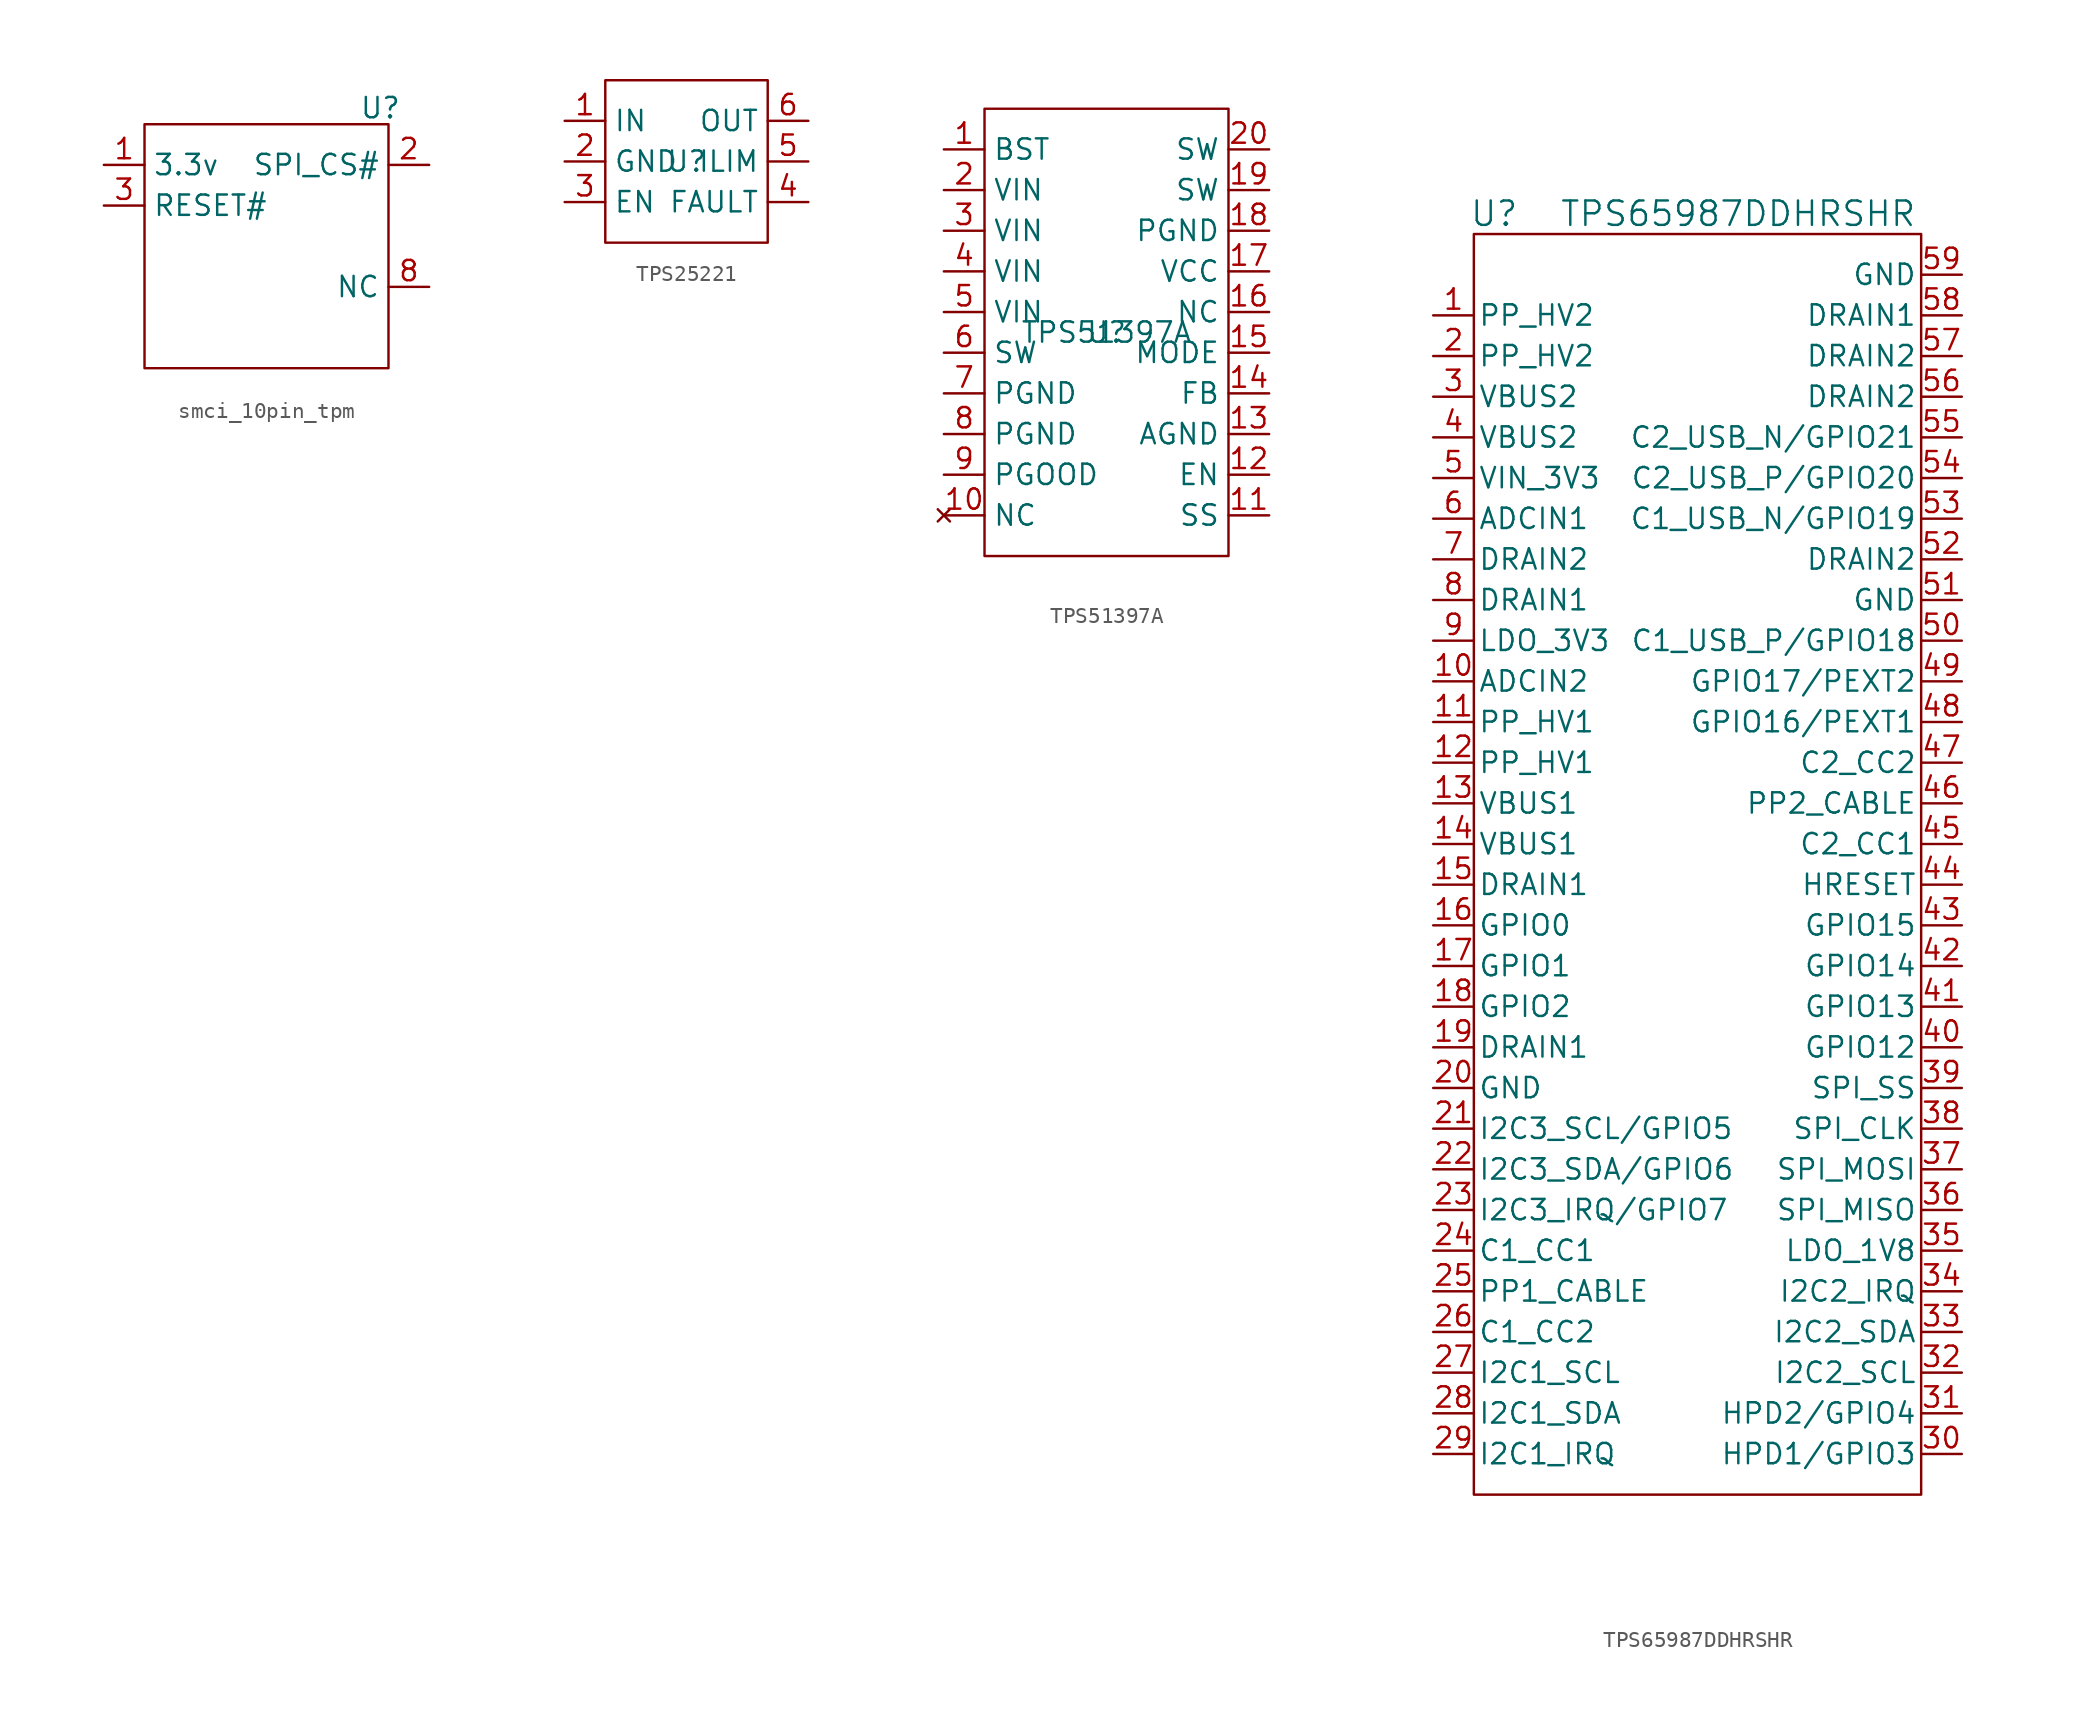
<source format=kicad_sym>
(kicad_symbol_lib
  (version 20231120)
  (generator "kicad_symbol_editor")
  (generator_version "8.0")
  (symbol "smci_10pin_tpm"
    (property "Reference" "U"
      (at 7.112 8.636 0)
      (effects (font (size 1.27 1.27))))
    (property "Value" ""
      (at 0 0 0)
      (effects (font (size 1.27 1.27))))
    (symbol "smci_10pin_tpm_0_1"
      (rectangle (start -7.62 7.62) (end 7.62 -7.62) (stroke (width 0) (type default)) (fill (type none))))
    (symbol "smci_10pin_tpm_1_1"
      (pin input line (at -10.16 5.08 0) (length 2.54) (name "3.3v" (effects (font (size 1.27 1.27)))) (number "1" (effects (font (size 1.27 1.27)))))
      (pin input line (at 10.16 5.08 180) (length 2.54) (name "SPI_CS#" (effects (font (size 1.27 1.27)))) (number "2" (effects (font (size 1.27 1.27)))))
      (pin input line (at -10.16 2.54 0) (length 2.54) (name "RESET#" (effects (font (size 1.27 1.27)))) (number "3" (effects (font (size 1.27 1.27)))))
      (pin input line (at 10.16 -2.54 180) (length 2.54) (name "NC" (effects (font (size 1.27 1.27)))) (number "8" (effects (font (size 1.27 1.27)))))))
  (symbol "TPS25221"
    (property "Reference" "U"
      (at 0 0 0)
      (effects (font (size 1.27 1.27))))
    (property "Value" ""
      (at 0 -2.54 0)
      (effects (font (size 1.27 1.27))))
    (symbol "TPS25221_0_1"
      (rectangle (start -5.08 5.08) (end 5.08 -5.08) (stroke (width 0) (type default)) (fill (type none))))
    (symbol "TPS25221_1_1"
      (pin input line (at -7.62 2.54 0) (length 2.54) (name "IN" (effects (font (size 1.27 1.27)))) (number "1" (effects (font (size 1.27 1.27)))))
      (pin input line (at -7.62 0 0) (length 2.54) (name "GND" (effects (font (size 1.27 1.27)))) (number "2" (effects (font (size 1.27 1.27)))))
      (pin input line (at -7.62 -2.54 0) (length 2.54) (name "EN" (effects (font (size 1.27 1.27)))) (number "3" (effects (font (size 1.27 1.27)))))
      (pin input line (at 7.62 -2.54 180) (length 2.54) (name "FAULT" (effects (font (size 1.27 1.27)))) (number "4" (effects (font (size 1.27 1.27)))))
      (pin input line (at 7.62 0 180) (length 2.54) (name "ILIM" (effects (font (size 1.27 1.27)))) (number "5" (effects (font (size 1.27 1.27)))))
      (pin input line (at 7.62 2.54 180) (length 2.54) (name "OUT" (effects (font (size 1.27 1.27)))) (number "6" (effects (font (size 1.27 1.27)))))))
  (symbol "TPS51397A"
    (property "Reference" "U"
      (at 0 0 0)
      (effects (font (size 1.27 1.27))))
    (property "Value" "TPS51397A"
      (at 0 0 0)
      (effects (font (size 1.27 1.27))))
    (symbol "TPS51397A_0_1"
      (rectangle (start -7.62 13.97) (end 7.62 -13.97) (stroke (width 0) (type default)) (fill (type none))))
    (symbol "TPS51397A_1_1"
      (pin input line (at -10.16 11.43 0) (length 2.54) (name "BST" (effects (font (size 1.27 1.27)))) (number "1" (effects (font (size 1.27 1.27)))))
      (pin no_connect line (at -10.16 -11.43 0) (length 2.54) (name "NC" (effects (font (size 1.27 1.27)))) (number "10" (effects (font (size 1.27 1.27)))))
      (pin input line (at 10.16 -11.43 180) (length 2.54) (name "SS" (effects (font (size 1.27 1.27)))) (number "11" (effects (font (size 1.27 1.27)))))
      (pin input line (at 10.16 -8.89 180) (length 2.54) (name "EN" (effects (font (size 1.27 1.27)))) (number "12" (effects (font (size 1.27 1.27)))))
      (pin input line (at 10.16 -6.35 180) (length 2.54) (name "AGND" (effects (font (size 1.27 1.27)))) (number "13" (effects (font (size 1.27 1.27)))))
      (pin input line (at 10.16 -3.81 180) (length 2.54) (name "FB" (effects (font (size 1.27 1.27)))) (number "14" (effects (font (size 1.27 1.27)))))
      (pin input line (at 10.16 -1.27 180) (length 2.54) (name "MODE" (effects (font (size 1.27 1.27)))) (number "15" (effects (font (size 1.27 1.27)))))
      (pin input line (at 10.16 1.27 180) (length 2.54) (name "NC" (effects (font (size 1.27 1.27)))) (number "16" (effects (font (size 1.27 1.27)))))
      (pin input line (at 10.16 3.81 180) (length 2.54) (name "VCC" (effects (font (size 1.27 1.27)))) (number "17" (effects (font (size 1.27 1.27)))))
      (pin input line (at 10.16 6.35 180) (length 2.54) (name "PGND" (effects (font (size 1.27 1.27)))) (number "18" (effects (font (size 1.27 1.27)))))
      (pin input line (at 10.16 8.89 180) (length 2.54) (name "SW" (effects (font (size 1.27 1.27)))) (number "19" (effects (font (size 1.27 1.27)))))
      (pin input line (at -10.16 8.89 0) (length 2.54) (name "VIN" (effects (font (size 1.27 1.27)))) (number "2" (effects (font (size 1.27 1.27)))))
      (pin input line (at 10.16 11.43 180) (length 2.54) (name "SW" (effects (font (size 1.27 1.27)))) (number "20" (effects (font (size 1.27 1.27)))))
      (pin input line (at -10.16 6.35 0) (length 2.54) (name "VIN" (effects (font (size 1.27 1.27)))) (number "3" (effects (font (size 1.27 1.27)))))
      (pin input line (at -10.16 3.81 0) (length 2.54) (name "VIN" (effects (font (size 1.27 1.27)))) (number "4" (effects (font (size 1.27 1.27)))))
      (pin input line (at -10.16 1.27 0) (length 2.54) (name "VIN" (effects (font (size 1.27 1.27)))) (number "5" (effects (font (size 1.27 1.27)))))
      (pin input line (at -10.16 -1.27 0) (length 2.54) (name "SW" (effects (font (size 1.27 1.27)))) (number "6" (effects (font (size 1.27 1.27)))))
      (pin input line (at -10.16 -3.81 0) (length 2.54) (name "PGND" (effects (font (size 1.27 1.27)))) (number "7" (effects (font (size 1.27 1.27)))))
      (pin input line (at -10.16 -6.35 0) (length 2.54) (name "PGND" (effects (font (size 1.27 1.27)))) (number "8" (effects (font (size 1.27 1.27)))))
      (pin input line (at -10.16 -8.89 0) (length 2.54) (name "PGOOD" (effects (font (size 1.27 1.27)))) (number "9" (effects (font (size 1.27 1.27)))))))
  (symbol "TPS65987DDHRSHR"
    (pin_names
      (offset 0.254))
    (property "Reference" "U"
      (at -12.7 40.64 0)
      (effects (font (size 1.524 1.524))))
    (property "Value" "TPS65987DDHRSHR"
      (at 2.54 40.64 0)
      (effects (font (size 1.524 1.524))))
    (property "ki_locked" ""
      (at 0 0 0)
      (effects (font (size 1.27 1.27))))
    (symbol "TPS65987DDHRSHR_0_1"
      (pin unspecified line (at -16.51 34.29 0) (length 2.54) (name "PP_HV2" (effects (font (size 1.27 1.27)))) (number "1" (effects (font (size 1.27 1.27)))))
      (pin unspecified line (at -16.51 11.43 0) (length 2.54) (name "ADCIN2" (effects (font (size 1.27 1.27)))) (number "10" (effects (font (size 1.27 1.27)))))
      (pin unspecified line (at -16.51 8.89 0) (length 2.54) (name "PP_HV1" (effects (font (size 1.27 1.27)))) (number "11" (effects (font (size 1.27 1.27)))))
      (pin unspecified line (at -16.51 6.35 0) (length 2.54) (name "PP_HV1" (effects (font (size 1.27 1.27)))) (number "12" (effects (font (size 1.27 1.27)))))
      (pin unspecified line (at -16.51 3.81 0) (length 2.54) (name "VBUS1" (effects (font (size 1.27 1.27)))) (number "13" (effects (font (size 1.27 1.27)))))
      (pin unspecified line (at -16.51 1.27 0) (length 2.54) (name "VBUS1" (effects (font (size 1.27 1.27)))) (number "14" (effects (font (size 1.27 1.27)))))
      (pin unspecified line (at -16.51 -1.27 0) (length 2.54) (name "DRAIN1" (effects (font (size 1.27 1.27)))) (number "15" (effects (font (size 1.27 1.27)))))
      (pin unspecified line (at -16.51 -3.81 0) (length 2.54) (name "GPIO0" (effects (font (size 1.27 1.27)))) (number "16" (effects (font (size 1.27 1.27)))))
      (pin unspecified line (at -16.51 -6.35 0) (length 2.54) (name "GPIO1" (effects (font (size 1.27 1.27)))) (number "17" (effects (font (size 1.27 1.27)))))
      (pin unspecified line (at -16.51 -8.89 0) (length 2.54) (name "GPIO2" (effects (font (size 1.27 1.27)))) (number "18" (effects (font (size 1.27 1.27)))))
      (pin unspecified line (at -16.51 -11.43 0) (length 2.54) (name "DRAIN1" (effects (font (size 1.27 1.27)))) (number "19" (effects (font (size 1.27 1.27)))))
      (pin unspecified line (at -16.51 31.75 0) (length 2.54) (name "PP_HV2" (effects (font (size 1.27 1.27)))) (number "2" (effects (font (size 1.27 1.27)))))
      (pin unspecified line (at -16.51 -13.97 0) (length 2.54) (name "GND" (effects (font (size 1.27 1.27)))) (number "20" (effects (font (size 1.27 1.27)))))
      (pin unspecified line (at -16.51 -31.75 0) (length 2.54) (name "I2C1_SCL" (effects (font (size 1.27 1.27)))) (number "27" (effects (font (size 1.27 1.27)))))
      (pin unspecified line (at -16.51 -34.29 0) (length 2.54) (name "I2C1_SDA" (effects (font (size 1.27 1.27)))) (number "28" (effects (font (size 1.27 1.27)))))
      (pin unspecified line (at -16.51 -36.83 0) (length 2.54) (name "I2C1_IRQ" (effects (font (size 1.27 1.27)))) (number "29" (effects (font (size 1.27 1.27)))))
      (pin unspecified line (at -16.51 29.21 0) (length 2.54) (name "VBUS2" (effects (font (size 1.27 1.27)))) (number "3" (effects (font (size 1.27 1.27)))))
      (pin unspecified line (at 16.51 -31.75 180) (length 2.54) (name "I2C2_SCL" (effects (font (size 1.27 1.27)))) (number "32" (effects (font (size 1.27 1.27)))))
      (pin unspecified line (at 16.51 -29.21 180) (length 2.54) (name "I2C2_SDA" (effects (font (size 1.27 1.27)))) (number "33" (effects (font (size 1.27 1.27)))))
      (pin unspecified line (at 16.51 -26.67 180) (length 2.54) (name "I2C2_IRQ" (effects (font (size 1.27 1.27)))) (number "34" (effects (font (size 1.27 1.27)))))
      (pin unspecified line (at 16.51 -24.13 180) (length 2.54) (name "LDO_1V8" (effects (font (size 1.27 1.27)))) (number "35" (effects (font (size 1.27 1.27)))))
      (pin unspecified line (at 16.51 -21.59 180) (length 2.54) (name "SPI_MISO" (effects (font (size 1.27 1.27)))) (number "36" (effects (font (size 1.27 1.27)))))
      (pin unspecified line (at 16.51 -19.05 180) (length 2.54) (name "SPI_MOSI" (effects (font (size 1.27 1.27)))) (number "37" (effects (font (size 1.27 1.27)))))
      (pin unspecified line (at 16.51 -16.51 180) (length 2.54) (name "SPI_CLK" (effects (font (size 1.27 1.27)))) (number "38" (effects (font (size 1.27 1.27)))))
      (pin unspecified line (at 16.51 -13.97 180) (length 2.54) (name "SPI_SS" (effects (font (size 1.27 1.27)))) (number "39" (effects (font (size 1.27 1.27)))))
      (pin unspecified line (at -16.51 26.67 0) (length 2.54) (name "VBUS2" (effects (font (size 1.27 1.27)))) (number "4" (effects (font (size 1.27 1.27)))))
      (pin unspecified line (at 16.51 -11.43 180) (length 2.54) (name "GPIO12" (effects (font (size 1.27 1.27)))) (number "40" (effects (font (size 1.27 1.27)))))
      (pin unspecified line (at 16.51 -8.89 180) (length 2.54) (name "GPIO13" (effects (font (size 1.27 1.27)))) (number "41" (effects (font (size 1.27 1.27)))))
      (pin unspecified line (at 16.51 -6.35 180) (length 2.54) (name "GPIO14" (effects (font (size 1.27 1.27)))) (number "42" (effects (font (size 1.27 1.27)))))
      (pin unspecified line (at 16.51 -3.81 180) (length 2.54) (name "GPIO15" (effects (font (size 1.27 1.27)))) (number "43" (effects (font (size 1.27 1.27)))))
      (pin unspecified line (at 16.51 -1.27 180) (length 2.54) (name "HRESET" (effects (font (size 1.27 1.27)))) (number "44" (effects (font (size 1.27 1.27)))))
      (pin unspecified line (at -16.51 24.13 0) (length 2.54) (name "VIN_3V3" (effects (font (size 1.27 1.27)))) (number "5" (effects (font (size 1.27 1.27)))))
      (pin unspecified line (at 16.51 16.51 180) (length 2.54) (name "GND" (effects (font (size 1.27 1.27)))) (number "51" (effects (font (size 1.27 1.27)))))
      (pin unspecified line (at 16.51 19.05 180) (length 2.54) (name "DRAIN2" (effects (font (size 1.27 1.27)))) (number "52" (effects (font (size 1.27 1.27)))))
      (pin unspecified line (at 16.51 29.21 180) (length 2.54) (name "DRAIN2" (effects (font (size 1.27 1.27)))) (number "56" (effects (font (size 1.27 1.27)))))
      (pin unspecified line (at 16.51 31.75 180) (length 2.54) (name "DRAIN2" (effects (font (size 1.27 1.27)))) (number "57" (effects (font (size 1.27 1.27)))))
      (pin unspecified line (at 16.51 34.29 180) (length 2.54) (name "DRAIN1" (effects (font (size 1.27 1.27)))) (number "58" (effects (font (size 1.27 1.27)))))
      (pin unspecified line (at 16.51 36.83 180) (length 2.54) (name "GND" (effects (font (size 1.27 1.27)))) (number "59" (effects (font (size 1.27 1.27)))))
      (pin unspecified line (at -16.51 21.59 0) (length 2.54) (name "ADCIN1" (effects (font (size 1.27 1.27)))) (number "6" (effects (font (size 1.27 1.27)))))
      (pin unspecified line (at -16.51 19.05 0) (length 2.54) (name "DRAIN2" (effects (font (size 1.27 1.27)))) (number "7" (effects (font (size 1.27 1.27)))))
      (pin unspecified line (at -16.51 16.51 0) (length 2.54) (name "DRAIN1" (effects (font (size 1.27 1.27)))) (number "8" (effects (font (size 1.27 1.27)))))
      (pin unspecified line (at -16.51 13.97 0) (length 2.54) (name "LDO_3V3" (effects (font (size 1.27 1.27)))) (number "9" (effects (font (size 1.27 1.27))))))
    (symbol "TPS65987DDHRSHR_1_1"
      (rectangle (start -13.97 39.37) (end 13.97 -39.37) (stroke (width 0) (type default)) (fill (type none)))
      (pin unspecified line (at -16.51 -16.51 0) (length 2.54) (name "I2C3_SCL/GPIO5" (effects (font (size 1.27 1.27)))) (number "21" (effects (font (size 1.27 1.27)))))
      (pin unspecified line (at -16.51 -19.05 0) (length 2.54) (name "I2C3_SDA/GPIO6" (effects (font (size 1.27 1.27)))) (number "22" (effects (font (size 1.27 1.27)))))
      (pin unspecified line (at -16.51 -21.59 0) (length 2.54) (name "I2C3_IRQ/GPIO7" (effects (font (size 1.27 1.27)))) (number "23" (effects (font (size 1.27 1.27)))))
      (pin unspecified line (at -16.51 -24.13 0) (length 2.54) (name "C1_CC1" (effects (font (size 1.27 1.27)))) (number "24" (effects (font (size 1.27 1.27)))))
      (pin unspecified line (at -16.51 -26.67 0) (length 2.54) (name "PP1_CABLE" (effects (font (size 1.27 1.27)))) (number "25" (effects (font (size 1.27 1.27)))))
      (pin unspecified line (at -16.51 -29.21 0) (length 2.54) (name "C1_CC2" (effects (font (size 1.27 1.27)))) (number "26" (effects (font (size 1.27 1.27)))))
      (pin unspecified line (at 16.51 -36.83 180) (length 2.54) (name "HPD1/GPIO3" (effects (font (size 1.27 1.27)))) (number "30" (effects (font (size 1.27 1.27)))))
      (pin unspecified line (at 16.51 -34.29 180) (length 2.54) (name "HPD2/GPIO4" (effects (font (size 1.27 1.27)))) (number "31" (effects (font (size 1.27 1.27)))))
      (pin unspecified line (at 16.51 1.27 180) (length 2.54) (name "C2_CC1" (effects (font (size 1.27 1.27)))) (number "45" (effects (font (size 1.27 1.27)))))
      (pin unspecified line (at 16.51 3.81 180) (length 2.54) (name "PP2_CABLE" (effects (font (size 1.27 1.27)))) (number "46" (effects (font (size 1.27 1.27)))))
      (pin unspecified line (at 16.51 6.35 180) (length 2.54) (name "C2_CC2" (effects (font (size 1.27 1.27)))) (number "47" (effects (font (size 1.27 1.27)))))
      (pin unspecified line (at 16.51 8.89 180) (length 2.54) (name "GPIO16/PEXT1" (effects (font (size 1.27 1.27)))) (number "48" (effects (font (size 1.27 1.27)))))
      (pin unspecified line (at 16.51 11.43 180) (length 2.54) (name "GPIO17/PEXT2" (effects (font (size 1.27 1.27)))) (number "49" (effects (font (size 1.27 1.27)))))
      (pin unspecified line (at 16.51 13.97 180) (length 2.54) (name "C1_USB_P/GPIO18" (effects (font (size 1.27 1.27)))) (number "50" (effects (font (size 1.27 1.27)))))
      (pin unspecified line (at 16.51 21.59 180) (length 2.54) (name "C1_USB_N/GPIO19" (effects (font (size 1.27 1.27)))) (number "53" (effects (font (size 1.27 1.27)))))
      (pin unspecified line (at 16.51 24.13 180) (length 2.54) (name "C2_USB_P/GPIO20" (effects (font (size 1.27 1.27)))) (number "54" (effects (font (size 1.27 1.27)))))
      (pin unspecified line (at 16.51 26.67 180) (length 2.54) (name "C2_USB_N/GPIO21" (effects (font (size 1.27 1.27)))) (number "55" (effects (font (size 1.27 1.27))))))))
</source>
